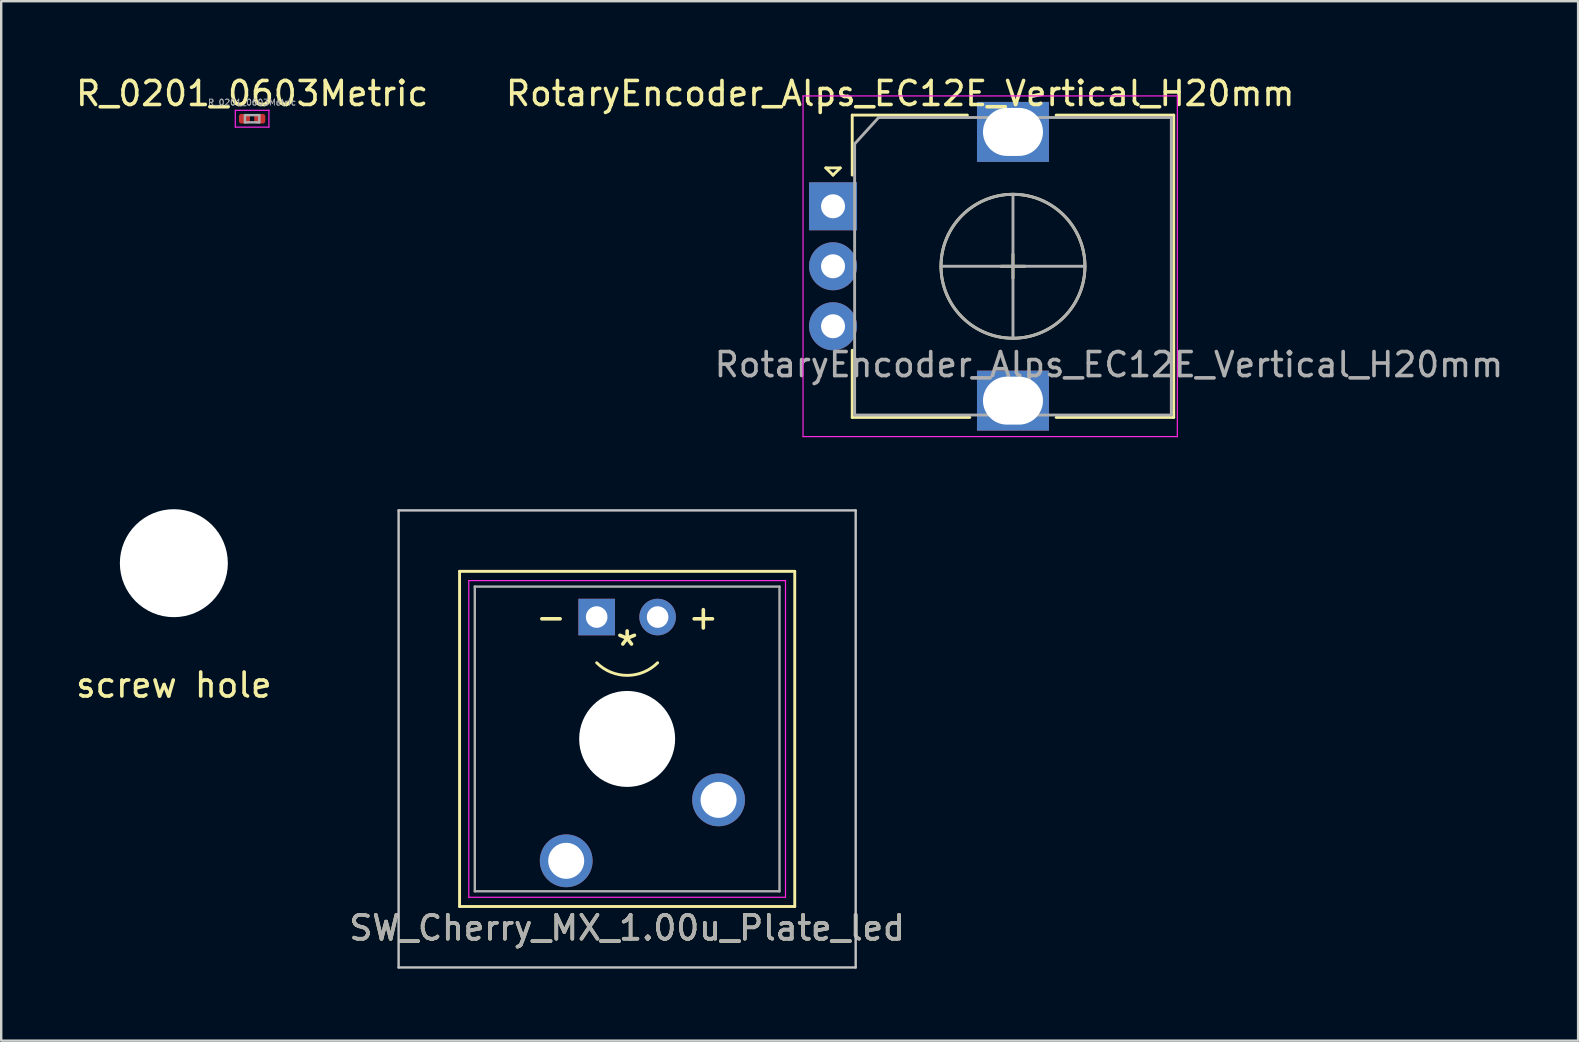
<source format=kicad_pcb>
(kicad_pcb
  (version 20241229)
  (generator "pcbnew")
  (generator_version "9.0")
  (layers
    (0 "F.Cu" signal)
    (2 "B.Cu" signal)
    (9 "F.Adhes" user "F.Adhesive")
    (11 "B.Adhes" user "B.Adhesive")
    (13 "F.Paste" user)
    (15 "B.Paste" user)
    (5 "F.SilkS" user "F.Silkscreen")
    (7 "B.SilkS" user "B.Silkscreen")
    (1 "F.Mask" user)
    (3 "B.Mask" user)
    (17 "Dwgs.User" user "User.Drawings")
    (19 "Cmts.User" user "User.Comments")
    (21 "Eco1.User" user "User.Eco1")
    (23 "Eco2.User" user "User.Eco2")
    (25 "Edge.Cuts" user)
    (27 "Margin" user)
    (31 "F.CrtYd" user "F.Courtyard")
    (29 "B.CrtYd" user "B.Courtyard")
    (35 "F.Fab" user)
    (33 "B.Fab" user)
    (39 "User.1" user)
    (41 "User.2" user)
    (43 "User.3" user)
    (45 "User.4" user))
  (footprint "SW_Cherry_MX_1.00u_Plate_led"
    (layer "F.Cu")
    (at 25.629 27.748)
    (property "Reference" "SW_Cherry_MX_1.00u_Plate_led" (at -2.54 7.874 180) (layer "F.SilkS") (effects (font (size 1 1) (thickness 0.15))))
    (attr through_hole)
    (fp_line (start -9.525 -6.985) (end 4.445 -6.985) (stroke (width 0.12) (type solid)) (layer "F.SilkS"))
    (fp_line (start -9.525 6.985) (end -9.525 -6.985) (stroke (width 0.12) (type solid)) (layer "F.SilkS"))
    (fp_line (start 4.445 -6.985) (end 4.445 6.985) (stroke (width 0.12) (type solid)) (layer "F.SilkS"))
    (fp_line (start 4.445 6.985) (end -9.525 6.985) (stroke (width 0.12) (type solid)) (layer "F.SilkS"))
    (fp_arc (start -1.270001 -3.175001) (mid -2.54 -2.64895) (end -3.809999 -3.175001) (stroke (width 0.12) (type solid)) (layer "F.SilkS"))
    (fp_line (start -12.065 -9.525) (end 6.985 -9.525) (stroke (width 0.1) (type solid)) (layer "Dwgs.User"))
    (fp_line (start -12.065 9.525) (end -12.065 -9.525) (stroke (width 0.1) (type solid)) (layer "Dwgs.User"))
    (fp_line (start 6.985 -9.525) (end 6.985 9.525) (stroke (width 0.1) (type solid)) (layer "Dwgs.User"))
    (fp_line (start 6.985 9.525) (end -12.065 9.525) (stroke (width 0.1) (type solid)) (layer "Dwgs.User"))
    (fp_line (start -9.14 -6.6) (end 4.06 -6.6) (stroke (width 0.05) (type solid)) (layer "F.CrtYd"))
    (fp_line (start -9.14 6.6) (end -9.14 -6.6) (stroke (width 0.05) (type solid)) (layer "F.CrtYd"))
    (fp_line (start 4.06 -6.6) (end 4.06 6.6) (stroke (width 0.05) (type solid)) (layer "F.CrtYd"))
    (fp_line (start 4.06 6.6) (end -9.14 6.6) (stroke (width 0.05) (type solid)) (layer "F.CrtYd"))
    (fp_line (start -8.89 -6.35) (end 3.81 -6.35) (stroke (width 0.1) (type solid)) (layer "F.Fab"))
    (fp_line (start -8.89 6.35) (end -8.89 -6.35) (stroke (width 0.1) (type solid)) (layer "F.Fab"))
    (fp_line (start 3.81 -6.35) (end 3.81 6.35) (stroke (width 0.1) (type solid)) (layer "F.Fab"))
    (fp_line (start 3.81 6.35) (end -8.89 6.35) (stroke (width 0.1) (type solid)) (layer "F.Fab"))
    (fp_text user "+" (at 0.635 -5.08 0) (layer "F.SilkS") (effects (font (size 1 1) (thickness 0.15))))
    (fp_text user "-" (at -5.715 -5.08 0) (layer "F.SilkS") (effects (font (size 1 1) (thickness 0.15))))
    (fp_text user "*" (at -2.54 -3.81 0) (layer "F.SilkS") (effects (font (size 1.27 1.27) (thickness 0.15))))
    (fp_text user "${REFERENCE}" (at -2.54 7.874 180) (layer "F.Fab") (effects (font (size 1 1) (thickness 0.15))))
    (pad "" np_thru_hole circle (at -2.54 0) (size 4 4) (drill 4) (layers "*.Cu" "*.Mask"))
    (pad "1" thru_hole circle (at -5.08 5.08 180) (size 2.2 2.2) (drill 1.5) (layers "*.Cu" "*.Mask"))
    (pad "2" thru_hole circle (at 1.27 2.54 180) (size 2.2 2.2) (drill 1.5) (layers "*.Cu" "*.Mask"))
    (pad "3" thru_hole rect (at -3.81 -5.08) (size 1.524 1.524) (drill 0.9) (layers "*.Cu" "*.Mask"))
    (pad "4" thru_hole circle (at -1.27 -5.08) (size 1.524 1.524) (drill 0.9) (layers "*.Cu" "*.Mask")))
  (footprint "RotaryEncoder_Alps_EC12E_Vertical_H20mm"
    (layer "F.Cu")
    (at 31.67 5.548)
    (property "Reference" "RotaryEncoder_Alps_EC12E_Vertical_H20mm" (at 2.8 -4.7 0) (layer "F.SilkS") (effects (font (size 1 1) (thickness 0.15))))
    (attr through_hole)
    (fp_line (start -0.3 -1.6) (end 0.3 -1.6) (stroke (width 0.12) (type solid)) (layer "F.SilkS"))
    (fp_line (start 0 -1.3) (end -0.3 -1.6) (stroke (width 0.12) (type solid)) (layer "F.SilkS"))
    (fp_line (start 0.3 -1.6) (end 0 -1.3) (stroke (width 0.12) (type solid)) (layer "F.SilkS"))
    (fp_line (start 0.8 -3.8) (end 0.8 -1.3) (stroke (width 0.12) (type solid)) (layer "F.SilkS"))
    (fp_line (start 0.8 8.8) (end 0.8 6) (stroke (width 0.12) (type solid)) (layer "F.SilkS"))
    (fp_line (start 5.6 -3.8) (end 0.8 -3.8) (stroke (width 0.12) (type solid)) (layer "F.SilkS"))
    (fp_line (start 5.7 8.8) (end 0.8 8.8) (stroke (width 0.12) (type solid)) (layer "F.SilkS"))
    (fp_line (start 7 2.5) (end 8 2.5) (stroke (width 0.12) (type solid)) (layer "F.SilkS"))
    (fp_line (start 7.5 2) (end 7.5 3) (stroke (width 0.12) (type solid)) (layer "F.SilkS"))
    (fp_line (start 9.3 -3.8) (end 14.2 -3.8) (stroke (width 0.12) (type solid)) (layer "F.SilkS"))
    (fp_line (start 14.2 -3.8) (end 14.2 8.8) (stroke (width 0.12) (type solid)) (layer "F.SilkS"))
    (fp_line (start 14.2 8.8) (end 9.3 8.8) (stroke (width 0.12) (type solid)) (layer "F.SilkS"))
    (fp_circle (center 7.5 2.5) (end 10.5 2.5) (stroke (width 0.12) (type solid)) (fill no) (layer "F.SilkS"))
    (fp_line (start -1.25 -4.6) (end -1.25 9.6) (stroke (width 0.05) (type solid)) (layer "F.CrtYd"))
    (fp_line (start -1.25 -4.6) (end 14.35 -4.6) (stroke (width 0.05) (type solid)) (layer "F.CrtYd"))
    (fp_line (start 14.35 9.6) (end -1.25 9.6) (stroke (width 0.05) (type solid)) (layer "F.CrtYd"))
    (fp_line (start 14.35 9.6) (end 14.35 -4.6) (stroke (width 0.05) (type solid)) (layer "F.CrtYd"))
    (fp_line (start 0.9 -2.6) (end 1.9 -3.7) (stroke (width 0.12) (type solid)) (layer "F.Fab"))
    (fp_line (start 0.9 8.7) (end 0.9 -2.6) (stroke (width 0.12) (type solid)) (layer "F.Fab"))
    (fp_line (start 1.9 -3.7) (end 14.1 -3.7) (stroke (width 0.12) (type solid)) (layer "F.Fab"))
    (fp_line (start 4.5 2.5) (end 10.5 2.5) (stroke (width 0.12) (type solid)) (layer "F.Fab"))
    (fp_line (start 7.5 -0.5) (end 7.5 5.5) (stroke (width 0.12) (type solid)) (layer "F.Fab"))
    (fp_line (start 14.1 -3.7) (end 14.1 8.7) (stroke (width 0.12) (type solid)) (layer "F.Fab"))
    (fp_line (start 14.1 8.7) (end 0.9 8.7) (stroke (width 0.12) (type solid)) (layer "F.Fab"))
    (fp_circle (center 7.5 2.5) (end 10.5 2.5) (stroke (width 0.12) (type solid)) (fill no) (layer "F.Fab"))
    (fp_text user "${REFERENCE}" (at 11.5 6.6 0) (layer "F.Fab") (effects (font (size 1 1) (thickness 0.15))))
    (pad "A" thru_hole rect (at 0 0) (size 2 2) (drill 1) (layers "*.Cu" "*.Mask"))
    (pad "B" thru_hole circle (at 0 5) (size 2 2) (drill 1) (layers "*.Cu" "*.Mask"))
    (pad "C" thru_hole circle (at 0 2.5) (size 2 2) (drill 1) (layers "*.Cu" "*.Mask"))
    (pad "MP" thru_hole rect (at 7.5 -3.1) (size 3 2.5) (drill oval 2.5 2) (layers "*.Cu" "*.Mask"))
    (pad "MP" thru_hole rect (at 7.5 8.1) (size 3 2.5) (drill oval 2.5 2) (layers "*.Cu" "*.Mask")))
  (footprint "R_0201_0603Metric"
    (layer "F.Cu")
    (at 7.458 1.898)
    (property "Reference" "R_0201_0603Metric" (at 0 -1.05 0) (layer "F.SilkS") (effects (font (size 1 1) (thickness 0.15))))
    (attr smd)
    (fp_line (start -0.7 -0.35) (end 0.7 -0.35) (stroke (width 0.05) (type solid)) (layer "F.CrtYd"))
    (fp_line (start -0.7 0.35) (end -0.7 -0.35) (stroke (width 0.05) (type solid)) (layer "F.CrtYd"))
    (fp_line (start 0.7 -0.35) (end 0.7 0.35) (stroke (width 0.05) (type solid)) (layer "F.CrtYd"))
    (fp_line (start 0.7 0.35) (end -0.7 0.35) (stroke (width 0.05) (type solid)) (layer "F.CrtYd"))
    (fp_line (start -0.3 -0.15) (end 0.3 -0.15) (stroke (width 0.1) (type solid)) (layer "F.Fab"))
    (fp_line (start -0.3 0.15) (end -0.3 -0.15) (stroke (width 0.1) (type solid)) (layer "F.Fab"))
    (fp_line (start 0.3 -0.15) (end 0.3 0.15) (stroke (width 0.1) (type solid)) (layer "F.Fab"))
    (fp_line (start 0.3 0.15) (end -0.3 0.15) (stroke (width 0.1) (type solid)) (layer "F.Fab"))
    (fp_text user "${REFERENCE}" (at 0 -0.68 0) (layer "F.Fab") (effects (font (size 0.25 0.25) (thickness 0.04))))
    (pad "" smd roundrect (at -0.345 0) (size 0.318 0.36) (layers "F.Paste") (roundrect_rratio 0.25))
    (pad "" smd roundrect (at 0.345 0) (size 0.318 0.36) (layers "F.Paste") (roundrect_rratio 0.25))
    (pad "1" smd roundrect (at -0.32 0) (size 0.46 0.4) (layers "F.Cu" "F.Mask") (roundrect_rratio 0.25))
    (pad "2" smd roundrect (at 0.32 0) (size 0.46 0.4) (layers "F.Cu" "F.Mask") (roundrect_rratio 0.25)))
  (footprint "screw hole"
    (layer "F.Cu")
    (at 4.196 20.423)
    (property "Reference" "screw hole" (at 0 5.08 0) (layer "F.SilkS") (effects (font (size 1 1) (thickness 0.15))))
    (attr through_hole)
    (pad "" np_thru_hole circle (at 0 0) (size 4.5 4.5) (drill 4.5) (layers "*.Cu" "*.Mask")))
  (gr_rect
    (start -3 -3)
    (end 62.724 40.323)
    (stroke (width 0.1) (type default))
    (fill no)
    (layer "Edge.Cuts")))
</source>
